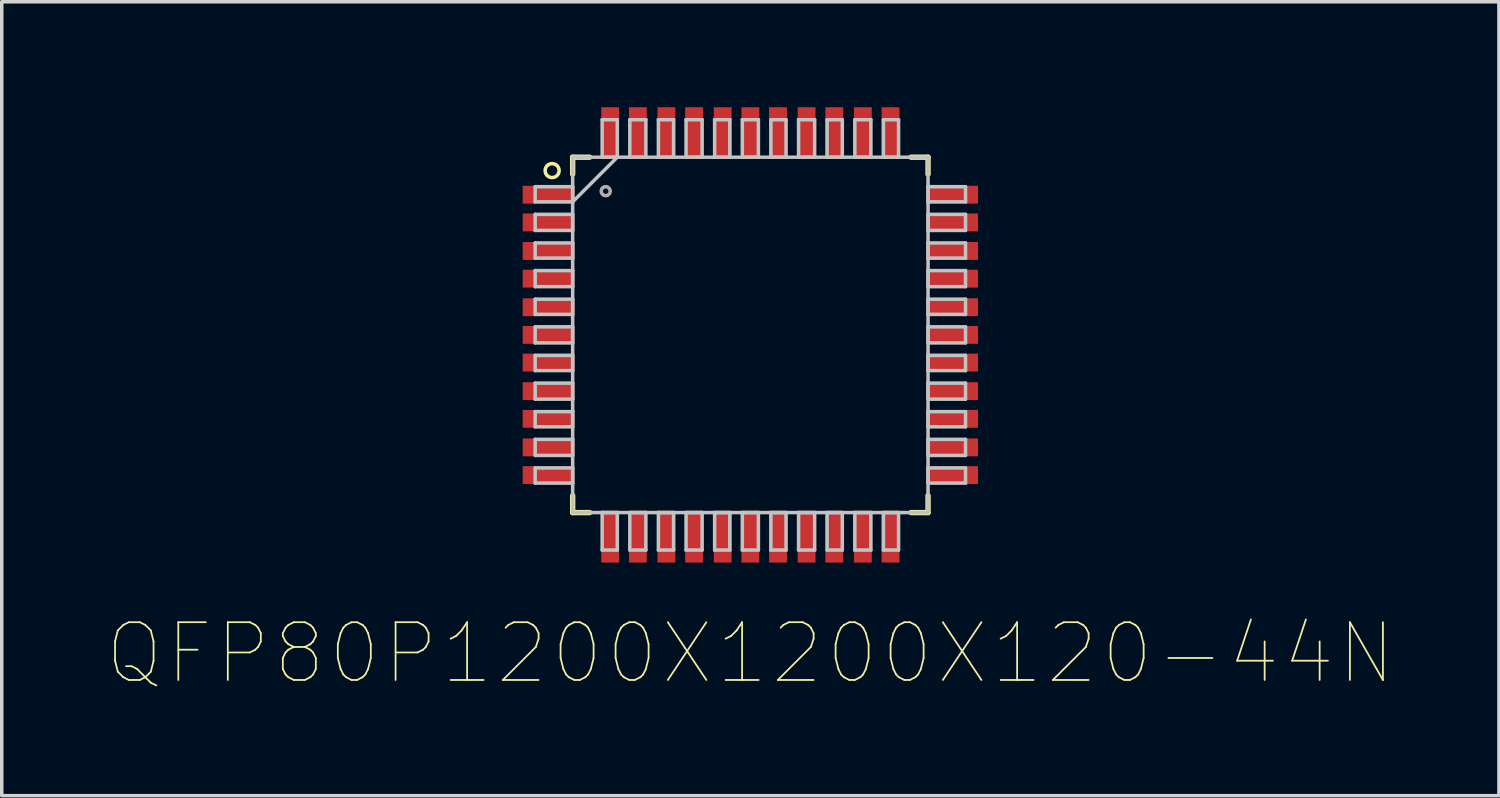
<source format=kicad_pcb>
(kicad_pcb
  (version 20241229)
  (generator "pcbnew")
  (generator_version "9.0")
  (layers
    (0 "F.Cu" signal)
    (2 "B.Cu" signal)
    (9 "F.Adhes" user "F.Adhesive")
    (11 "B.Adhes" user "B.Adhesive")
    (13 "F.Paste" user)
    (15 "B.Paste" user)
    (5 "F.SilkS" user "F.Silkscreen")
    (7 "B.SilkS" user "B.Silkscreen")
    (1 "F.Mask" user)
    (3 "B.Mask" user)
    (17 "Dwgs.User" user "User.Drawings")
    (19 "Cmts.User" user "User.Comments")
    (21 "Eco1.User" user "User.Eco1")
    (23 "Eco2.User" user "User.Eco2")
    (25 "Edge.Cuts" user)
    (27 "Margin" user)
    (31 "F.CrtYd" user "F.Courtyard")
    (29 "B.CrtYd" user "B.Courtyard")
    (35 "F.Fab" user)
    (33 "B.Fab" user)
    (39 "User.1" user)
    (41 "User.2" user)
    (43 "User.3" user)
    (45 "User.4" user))
  (footprint "QFP80P1200X1200X120-44N"
    (layer "F.Cu")
    (at 18.296 6.477)
    (property "Reference" "QFP80P1200X1200X120-44N" (at -0.00001 9.059 0) (layer "F.SilkS") (effects (font (size 1.643 1.643) (thickness 0.05))))
    (attr smd)
    (fp_line (start -5.055 -5.055) (end -5.055 -4.572) (stroke (width 0.152) (type solid)) (layer "F.SilkS"))
    (fp_line (start -5.055 4.572) (end -5.055 5.055) (stroke (width 0.152) (type solid)) (layer "F.SilkS"))
    (fp_line (start -5.055 5.055) (end -4.572 5.055) (stroke (width 0.152) (type solid)) (layer "F.SilkS"))
    (fp_line (start -4.572 -5.055) (end -5.055 -5.055) (stroke (width 0.152) (type solid)) (layer "F.SilkS"))
    (fp_line (start 4.572 5.055) (end 5.055 5.055) (stroke (width 0.152) (type solid)) (layer "F.SilkS"))
    (fp_line (start 5.055 -5.055) (end 4.572 -5.055) (stroke (width 0.152) (type solid)) (layer "F.SilkS"))
    (fp_line (start 5.055 -4.572) (end 5.055 -5.055) (stroke (width 0.152) (type solid)) (layer "F.SilkS"))
    (fp_line (start 5.055 5.055) (end 5.055 4.572) (stroke (width 0.152) (type solid)) (layer "F.SilkS"))
    (fp_circle (center -5.639 -4.674) (end -5.486 -4.547) (stroke (width 0.1) (type solid)) (fill no) (layer "F.SilkS"))
    (fp_line (start -6.121 -4.216) (end -6.121 -3.785) (stroke (width 0.1) (type solid)) (layer "Dwgs.User"))
    (fp_line (start -6.121 -3.785) (end -5.055 -3.785) (stroke (width 0.1) (type solid)) (layer "Dwgs.User"))
    (fp_line (start -6.121 -3.429) (end -6.121 -2.972) (stroke (width 0.1) (type solid)) (layer "Dwgs.User"))
    (fp_line (start -6.121 -2.972) (end -5.055 -2.972) (stroke (width 0.1) (type solid)) (layer "Dwgs.User"))
    (fp_line (start -6.121 -2.616) (end -6.121 -2.184) (stroke (width 0.1) (type solid)) (layer "Dwgs.User"))
    (fp_line (start -6.121 -2.184) (end -5.055 -2.184) (stroke (width 0.1) (type solid)) (layer "Dwgs.User"))
    (fp_line (start -6.121 -1.829) (end -6.121 -1.372) (stroke (width 0.1) (type solid)) (layer "Dwgs.User"))
    (fp_line (start -6.121 -1.372) (end -5.055 -1.372) (stroke (width 0.1) (type solid)) (layer "Dwgs.User"))
    (fp_line (start -6.121 -1.016) (end -6.121 -0.584) (stroke (width 0.1) (type solid)) (layer "Dwgs.User"))
    (fp_line (start -6.121 -0.584) (end -5.055 -0.584) (stroke (width 0.1) (type solid)) (layer "Dwgs.User"))
    (fp_line (start -6.121 -0.229) (end -6.121 0.229) (stroke (width 0.1) (type solid)) (layer "Dwgs.User"))
    (fp_line (start -6.121 0.229) (end -5.055 0.229) (stroke (width 0.1) (type solid)) (layer "Dwgs.User"))
    (fp_line (start -6.121 0.584) (end -6.121 1.016) (stroke (width 0.1) (type solid)) (layer "Dwgs.User"))
    (fp_line (start -6.121 1.016) (end -5.055 1.016) (stroke (width 0.1) (type solid)) (layer "Dwgs.User"))
    (fp_line (start -6.121 1.372) (end -6.121 1.829) (stroke (width 0.1) (type solid)) (layer "Dwgs.User"))
    (fp_line (start -6.121 1.829) (end -5.055 1.829) (stroke (width 0.1) (type solid)) (layer "Dwgs.User"))
    (fp_line (start -6.121 2.184) (end -6.121 2.616) (stroke (width 0.1) (type solid)) (layer "Dwgs.User"))
    (fp_line (start -6.121 2.616) (end -5.055 2.616) (stroke (width 0.1) (type solid)) (layer "Dwgs.User"))
    (fp_line (start -6.121 2.972) (end -6.121 3.429) (stroke (width 0.1) (type solid)) (layer "Dwgs.User"))
    (fp_line (start -6.121 3.429) (end -5.055 3.429) (stroke (width 0.1) (type solid)) (layer "Dwgs.User"))
    (fp_line (start -6.121 3.785) (end -6.121 4.216) (stroke (width 0.1) (type solid)) (layer "Dwgs.User"))
    (fp_line (start -6.121 4.216) (end -5.055 4.216) (stroke (width 0.1) (type solid)) (layer "Dwgs.User"))
    (fp_line (start -5.055 -5.055) (end -5.055 5.055) (stroke (width 0.1) (type solid)) (layer "Dwgs.User"))
    (fp_line (start -5.055 -4.216) (end -6.121 -4.216) (stroke (width 0.1) (type solid)) (layer "Dwgs.User"))
    (fp_line (start -5.055 -3.785) (end -5.055 -4.216) (stroke (width 0.1) (type solid)) (layer "Dwgs.User"))
    (fp_line (start -5.055 -3.785) (end -3.785 -5.055) (stroke (width 0.1) (type solid)) (layer "Dwgs.User"))
    (fp_line (start -5.055 -3.429) (end -6.121 -3.429) (stroke (width 0.1) (type solid)) (layer "Dwgs.User"))
    (fp_line (start -5.055 -2.972) (end -5.055 -3.429) (stroke (width 0.1) (type solid)) (layer "Dwgs.User"))
    (fp_line (start -5.055 -2.616) (end -6.121 -2.616) (stroke (width 0.1) (type solid)) (layer "Dwgs.User"))
    (fp_line (start -5.055 -2.184) (end -5.055 -2.616) (stroke (width 0.1) (type solid)) (layer "Dwgs.User"))
    (fp_line (start -5.055 -1.829) (end -6.121 -1.829) (stroke (width 0.1) (type solid)) (layer "Dwgs.User"))
    (fp_line (start -5.055 -1.372) (end -5.055 -1.829) (stroke (width 0.1) (type solid)) (layer "Dwgs.User"))
    (fp_line (start -5.055 -1.016) (end -6.121 -1.016) (stroke (width 0.1) (type solid)) (layer "Dwgs.User"))
    (fp_line (start -5.055 -0.584) (end -5.055 -1.016) (stroke (width 0.1) (type solid)) (layer "Dwgs.User"))
    (fp_line (start -5.055 -0.229) (end -6.121 -0.229) (stroke (width 0.1) (type solid)) (layer "Dwgs.User"))
    (fp_line (start -5.055 0.229) (end -5.055 -0.229) (stroke (width 0.1) (type solid)) (layer "Dwgs.User"))
    (fp_line (start -5.055 0.584) (end -6.121 0.584) (stroke (width 0.1) (type solid)) (layer "Dwgs.User"))
    (fp_line (start -5.055 1.016) (end -5.055 0.584) (stroke (width 0.1) (type solid)) (layer "Dwgs.User"))
    (fp_line (start -5.055 1.372) (end -6.121 1.372) (stroke (width 0.1) (type solid)) (layer "Dwgs.User"))
    (fp_line (start -5.055 1.829) (end -5.055 1.372) (stroke (width 0.1) (type solid)) (layer "Dwgs.User"))
    (fp_line (start -5.055 2.184) (end -6.121 2.184) (stroke (width 0.1) (type solid)) (layer "Dwgs.User"))
    (fp_line (start -5.055 2.616) (end -5.055 2.184) (stroke (width 0.1) (type solid)) (layer "Dwgs.User"))
    (fp_line (start -5.055 2.972) (end -6.121 2.972) (stroke (width 0.1) (type solid)) (layer "Dwgs.User"))
    (fp_line (start -5.055 3.429) (end -5.055 2.972) (stroke (width 0.1) (type solid)) (layer "Dwgs.User"))
    (fp_line (start -5.055 3.785) (end -6.121 3.785) (stroke (width 0.1) (type solid)) (layer "Dwgs.User"))
    (fp_line (start -5.055 4.216) (end -5.055 3.785) (stroke (width 0.1) (type solid)) (layer "Dwgs.User"))
    (fp_line (start -5.055 5.055) (end 5.055 5.055) (stroke (width 0.1) (type solid)) (layer "Dwgs.User"))
    (fp_line (start -4.216 -6.121) (end -4.216 -5.055) (stroke (width 0.1) (type solid)) (layer "Dwgs.User"))
    (fp_line (start -4.216 -5.055) (end -3.785 -5.055) (stroke (width 0.1) (type solid)) (layer "Dwgs.User"))
    (fp_line (start -4.216 5.055) (end -4.216 6.121) (stroke (width 0.1) (type solid)) (layer "Dwgs.User"))
    (fp_line (start -4.216 6.121) (end -3.785 6.121) (stroke (width 0.1) (type solid)) (layer "Dwgs.User"))
    (fp_line (start -3.785 -6.121) (end -4.216 -6.121) (stroke (width 0.1) (type solid)) (layer "Dwgs.User"))
    (fp_line (start -3.785 -5.055) (end -3.785 -6.121) (stroke (width 0.1) (type solid)) (layer "Dwgs.User"))
    (fp_line (start -3.785 5.055) (end -4.216 5.055) (stroke (width 0.1) (type solid)) (layer "Dwgs.User"))
    (fp_line (start -3.785 6.121) (end -3.785 5.055) (stroke (width 0.1) (type solid)) (layer "Dwgs.User"))
    (fp_line (start -3.429 -6.121) (end -3.429 -5.055) (stroke (width 0.1) (type solid)) (layer "Dwgs.User"))
    (fp_line (start -3.429 -5.055) (end -2.972 -5.055) (stroke (width 0.1) (type solid)) (layer "Dwgs.User"))
    (fp_line (start -3.429 5.055) (end -3.429 6.121) (stroke (width 0.1) (type solid)) (layer "Dwgs.User"))
    (fp_line (start -3.429 6.121) (end -2.972 6.121) (stroke (width 0.1) (type solid)) (layer "Dwgs.User"))
    (fp_line (start -2.972 -6.121) (end -3.429 -6.121) (stroke (width 0.1) (type solid)) (layer "Dwgs.User"))
    (fp_line (start -2.972 -5.055) (end -2.972 -6.121) (stroke (width 0.1) (type solid)) (layer "Dwgs.User"))
    (fp_line (start -2.972 5.055) (end -3.429 5.055) (stroke (width 0.1) (type solid)) (layer "Dwgs.User"))
    (fp_line (start -2.972 6.121) (end -2.972 5.055) (stroke (width 0.1) (type solid)) (layer "Dwgs.User"))
    (fp_line (start -2.616 -6.121) (end -2.616 -5.055) (stroke (width 0.1) (type solid)) (layer "Dwgs.User"))
    (fp_line (start -2.616 -5.055) (end -2.184 -5.055) (stroke (width 0.1) (type solid)) (layer "Dwgs.User"))
    (fp_line (start -2.616 5.055) (end -2.616 6.121) (stroke (width 0.1) (type solid)) (layer "Dwgs.User"))
    (fp_line (start -2.616 6.121) (end -2.184 6.121) (stroke (width 0.1) (type solid)) (layer "Dwgs.User"))
    (fp_line (start -2.184 -6.121) (end -2.616 -6.121) (stroke (width 0.1) (type solid)) (layer "Dwgs.User"))
    (fp_line (start -2.184 -5.055) (end -2.184 -6.121) (stroke (width 0.1) (type solid)) (layer "Dwgs.User"))
    (fp_line (start -2.184 5.055) (end -2.616 5.055) (stroke (width 0.1) (type solid)) (layer "Dwgs.User"))
    (fp_line (start -2.184 6.121) (end -2.184 5.055) (stroke (width 0.1) (type solid)) (layer "Dwgs.User"))
    (fp_line (start -1.829 -6.121) (end -1.829 -5.055) (stroke (width 0.1) (type solid)) (layer "Dwgs.User"))
    (fp_line (start -1.829 -5.055) (end -1.372 -5.055) (stroke (width 0.1) (type solid)) (layer "Dwgs.User"))
    (fp_line (start -1.829 5.055) (end -1.829 6.121) (stroke (width 0.1) (type solid)) (layer "Dwgs.User"))
    (fp_line (start -1.829 6.121) (end -1.372 6.121) (stroke (width 0.1) (type solid)) (layer "Dwgs.User"))
    (fp_line (start -1.372 -6.121) (end -1.829 -6.121) (stroke (width 0.1) (type solid)) (layer "Dwgs.User"))
    (fp_line (start -1.372 -5.055) (end -1.372 -6.121) (stroke (width 0.1) (type solid)) (layer "Dwgs.User"))
    (fp_line (start -1.372 5.055) (end -1.829 5.055) (stroke (width 0.1) (type solid)) (layer "Dwgs.User"))
    (fp_line (start -1.372 6.121) (end -1.372 5.055) (stroke (width 0.1) (type solid)) (layer "Dwgs.User"))
    (fp_line (start -1.016 -6.121) (end -1.016 -5.055) (stroke (width 0.1) (type solid)) (layer "Dwgs.User"))
    (fp_line (start -1.016 -5.055) (end -0.584 -5.055) (stroke (width 0.1) (type solid)) (layer "Dwgs.User"))
    (fp_line (start -1.016 5.055) (end -1.016 6.121) (stroke (width 0.1) (type solid)) (layer "Dwgs.User"))
    (fp_line (start -1.016 6.121) (end -0.584 6.121) (stroke (width 0.1) (type solid)) (layer "Dwgs.User"))
    (fp_line (start -0.584 -6.121) (end -1.016 -6.121) (stroke (width 0.1) (type solid)) (layer "Dwgs.User"))
    (fp_line (start -0.584 -5.055) (end -0.584 -6.121) (stroke (width 0.1) (type solid)) (layer "Dwgs.User"))
    (fp_line (start -0.584 5.055) (end -1.016 5.055) (stroke (width 0.1) (type solid)) (layer "Dwgs.User"))
    (fp_line (start -0.584 6.121) (end -0.584 5.055) (stroke (width 0.1) (type solid)) (layer "Dwgs.User"))
    (fp_line (start -0.229 -6.121) (end -0.229 -5.055) (stroke (width 0.1) (type solid)) (layer "Dwgs.User"))
    (fp_line (start -0.229 -5.055) (end 0.229 -5.055) (stroke (width 0.1) (type solid)) (layer "Dwgs.User"))
    (fp_line (start -0.229 5.055) (end -0.229 6.121) (stroke (width 0.1) (type solid)) (layer "Dwgs.User"))
    (fp_line (start -0.229 6.121) (end 0.229 6.121) (stroke (width 0.1) (type solid)) (layer "Dwgs.User"))
    (fp_line (start 0.229 -6.121) (end -0.229 -6.121) (stroke (width 0.1) (type solid)) (layer "Dwgs.User"))
    (fp_line (start 0.229 -5.055) (end 0.229 -6.121) (stroke (width 0.1) (type solid)) (layer "Dwgs.User"))
    (fp_line (start 0.229 5.055) (end -0.229 5.055) (stroke (width 0.1) (type solid)) (layer "Dwgs.User"))
    (fp_line (start 0.229 6.121) (end 0.229 5.055) (stroke (width 0.1) (type solid)) (layer "Dwgs.User"))
    (fp_line (start 0.584 -6.121) (end 0.584 -5.055) (stroke (width 0.1) (type solid)) (layer "Dwgs.User"))
    (fp_line (start 0.584 -5.055) (end 1.016 -5.055) (stroke (width 0.1) (type solid)) (layer "Dwgs.User"))
    (fp_line (start 0.584 5.055) (end 0.584 6.121) (stroke (width 0.1) (type solid)) (layer "Dwgs.User"))
    (fp_line (start 0.584 6.121) (end 1.016 6.121) (stroke (width 0.1) (type solid)) (layer "Dwgs.User"))
    (fp_line (start 1.016 -6.121) (end 0.584 -6.121) (stroke (width 0.1) (type solid)) (layer "Dwgs.User"))
    (fp_line (start 1.016 -5.055) (end 1.016 -6.121) (stroke (width 0.1) (type solid)) (layer "Dwgs.User"))
    (fp_line (start 1.016 5.055) (end 0.584 5.055) (stroke (width 0.1) (type solid)) (layer "Dwgs.User"))
    (fp_line (start 1.016 6.121) (end 1.016 5.055) (stroke (width 0.1) (type solid)) (layer "Dwgs.User"))
    (fp_line (start 1.372 -6.121) (end 1.372 -5.055) (stroke (width 0.1) (type solid)) (layer "Dwgs.User"))
    (fp_line (start 1.372 -5.055) (end 1.829 -5.055) (stroke (width 0.1) (type solid)) (layer "Dwgs.User"))
    (fp_line (start 1.372 5.055) (end 1.372 6.121) (stroke (width 0.1) (type solid)) (layer "Dwgs.User"))
    (fp_line (start 1.372 6.121) (end 1.829 6.121) (stroke (width 0.1) (type solid)) (layer "Dwgs.User"))
    (fp_line (start 1.829 -6.121) (end 1.372 -6.121) (stroke (width 0.1) (type solid)) (layer "Dwgs.User"))
    (fp_line (start 1.829 -5.055) (end 1.829 -6.121) (stroke (width 0.1) (type solid)) (layer "Dwgs.User"))
    (fp_line (start 1.829 5.055) (end 1.372 5.055) (stroke (width 0.1) (type solid)) (layer "Dwgs.User"))
    (fp_line (start 1.829 6.121) (end 1.829 5.055) (stroke (width 0.1) (type solid)) (layer "Dwgs.User"))
    (fp_line (start 2.184 -6.121) (end 2.184 -5.055) (stroke (width 0.1) (type solid)) (layer "Dwgs.User"))
    (fp_line (start 2.184 -5.055) (end 2.616 -5.055) (stroke (width 0.1) (type solid)) (layer "Dwgs.User"))
    (fp_line (start 2.184 5.055) (end 2.184 6.121) (stroke (width 0.1) (type solid)) (layer "Dwgs.User"))
    (fp_line (start 2.184 6.121) (end 2.616 6.121) (stroke (width 0.1) (type solid)) (layer "Dwgs.User"))
    (fp_line (start 2.616 -6.121) (end 2.184 -6.121) (stroke (width 0.1) (type solid)) (layer "Dwgs.User"))
    (fp_line (start 2.616 -5.055) (end 2.616 -6.121) (stroke (width 0.1) (type solid)) (layer "Dwgs.User"))
    (fp_line (start 2.616 5.055) (end 2.184 5.055) (stroke (width 0.1) (type solid)) (layer "Dwgs.User"))
    (fp_line (start 2.616 6.121) (end 2.616 5.055) (stroke (width 0.1) (type solid)) (layer "Dwgs.User"))
    (fp_line (start 2.972 -6.121) (end 2.972 -5.055) (stroke (width 0.1) (type solid)) (layer "Dwgs.User"))
    (fp_line (start 2.972 -5.055) (end 3.429 -5.055) (stroke (width 0.1) (type solid)) (layer "Dwgs.User"))
    (fp_line (start 2.972 5.055) (end 2.972 6.121) (stroke (width 0.1) (type solid)) (layer "Dwgs.User"))
    (fp_line (start 2.972 6.121) (end 3.429 6.121) (stroke (width 0.1) (type solid)) (layer "Dwgs.User"))
    (fp_line (start 3.429 -6.121) (end 2.972 -6.121) (stroke (width 0.1) (type solid)) (layer "Dwgs.User"))
    (fp_line (start 3.429 -5.055) (end 3.429 -6.121) (stroke (width 0.1) (type solid)) (layer "Dwgs.User"))
    (fp_line (start 3.429 5.055) (end 2.972 5.055) (stroke (width 0.1) (type solid)) (layer "Dwgs.User"))
    (fp_line (start 3.429 6.121) (end 3.429 5.055) (stroke (width 0.1) (type solid)) (layer "Dwgs.User"))
    (fp_line (start 3.785 -6.121) (end 3.785 -5.055) (stroke (width 0.1) (type solid)) (layer "Dwgs.User"))
    (fp_line (start 3.785 -5.055) (end 4.216 -5.055) (stroke (width 0.1) (type solid)) (layer "Dwgs.User"))
    (fp_line (start 3.785 5.055) (end 3.785 6.121) (stroke (width 0.1) (type solid)) (layer "Dwgs.User"))
    (fp_line (start 3.785 6.121) (end 4.216 6.121) (stroke (width 0.1) (type solid)) (layer "Dwgs.User"))
    (fp_line (start 4.216 -6.121) (end 3.785 -6.121) (stroke (width 0.1) (type solid)) (layer "Dwgs.User"))
    (fp_line (start 4.216 -5.055) (end 4.216 -6.121) (stroke (width 0.1) (type solid)) (layer "Dwgs.User"))
    (fp_line (start 4.216 5.055) (end 3.785 5.055) (stroke (width 0.1) (type solid)) (layer "Dwgs.User"))
    (fp_line (start 4.216 6.121) (end 4.216 5.055) (stroke (width 0.1) (type solid)) (layer "Dwgs.User"))
    (fp_line (start 5.055 -5.055) (end -5.055 -5.055) (stroke (width 0.1) (type solid)) (layer "Dwgs.User"))
    (fp_line (start 5.055 -4.216) (end 5.055 -3.785) (stroke (width 0.1) (type solid)) (layer "Dwgs.User"))
    (fp_line (start 5.055 -3.785) (end 6.121 -3.785) (stroke (width 0.1) (type solid)) (layer "Dwgs.User"))
    (fp_line (start 5.055 -3.429) (end 5.055 -2.972) (stroke (width 0.1) (type solid)) (layer "Dwgs.User"))
    (fp_line (start 5.055 -2.972) (end 6.121 -2.972) (stroke (width 0.1) (type solid)) (layer "Dwgs.User"))
    (fp_line (start 5.055 -2.616) (end 5.055 -2.184) (stroke (width 0.1) (type solid)) (layer "Dwgs.User"))
    (fp_line (start 5.055 -2.184) (end 6.121 -2.184) (stroke (width 0.1) (type solid)) (layer "Dwgs.User"))
    (fp_line (start 5.055 -1.829) (end 5.055 -1.372) (stroke (width 0.1) (type solid)) (layer "Dwgs.User"))
    (fp_line (start 5.055 -1.372) (end 6.121 -1.372) (stroke (width 0.1) (type solid)) (layer "Dwgs.User"))
    (fp_line (start 5.055 -1.016) (end 5.055 -0.584) (stroke (width 0.1) (type solid)) (layer "Dwgs.User"))
    (fp_line (start 5.055 -0.584) (end 6.121 -0.584) (stroke (width 0.1) (type solid)) (layer "Dwgs.User"))
    (fp_line (start 5.055 -0.229) (end 5.055 0.229) (stroke (width 0.1) (type solid)) (layer "Dwgs.User"))
    (fp_line (start 5.055 0.229) (end 6.121 0.229) (stroke (width 0.1) (type solid)) (layer "Dwgs.User"))
    (fp_line (start 5.055 0.584) (end 5.055 1.016) (stroke (width 0.1) (type solid)) (layer "Dwgs.User"))
    (fp_line (start 5.055 1.016) (end 6.121 1.016) (stroke (width 0.1) (type solid)) (layer "Dwgs.User"))
    (fp_line (start 5.055 1.372) (end 5.055 1.829) (stroke (width 0.1) (type solid)) (layer "Dwgs.User"))
    (fp_line (start 5.055 1.829) (end 6.121 1.829) (stroke (width 0.1) (type solid)) (layer "Dwgs.User"))
    (fp_line (start 5.055 2.184) (end 5.055 2.616) (stroke (width 0.1) (type solid)) (layer "Dwgs.User"))
    (fp_line (start 5.055 2.616) (end 6.121 2.616) (stroke (width 0.1) (type solid)) (layer "Dwgs.User"))
    (fp_line (start 5.055 2.972) (end 5.055 3.429) (stroke (width 0.1) (type solid)) (layer "Dwgs.User"))
    (fp_line (start 5.055 3.429) (end 6.121 3.429) (stroke (width 0.1) (type solid)) (layer "Dwgs.User"))
    (fp_line (start 5.055 3.785) (end 5.055 4.216) (stroke (width 0.1) (type solid)) (layer "Dwgs.User"))
    (fp_line (start 5.055 4.216) (end 6.121 4.216) (stroke (width 0.1) (type solid)) (layer "Dwgs.User"))
    (fp_line (start 5.055 5.055) (end 5.055 -5.055) (stroke (width 0.1) (type solid)) (layer "Dwgs.User"))
    (fp_line (start 6.121 -4.216) (end 5.055 -4.216) (stroke (width 0.1) (type solid)) (layer "Dwgs.User"))
    (fp_line (start 6.121 -3.785) (end 6.121 -4.216) (stroke (width 0.1) (type solid)) (layer "Dwgs.User"))
    (fp_line (start 6.121 -3.429) (end 5.055 -3.429) (stroke (width 0.1) (type solid)) (layer "Dwgs.User"))
    (fp_line (start 6.121 -2.972) (end 6.121 -3.429) (stroke (width 0.1) (type solid)) (layer "Dwgs.User"))
    (fp_line (start 6.121 -2.616) (end 5.055 -2.616) (stroke (width 0.1) (type solid)) (layer "Dwgs.User"))
    (fp_line (start 6.121 -2.184) (end 6.121 -2.616) (stroke (width 0.1) (type solid)) (layer "Dwgs.User"))
    (fp_line (start 6.121 -1.829) (end 5.055 -1.829) (stroke (width 0.1) (type solid)) (layer "Dwgs.User"))
    (fp_line (start 6.121 -1.372) (end 6.121 -1.829) (stroke (width 0.1) (type solid)) (layer "Dwgs.User"))
    (fp_line (start 6.121 -1.016) (end 5.055 -1.016) (stroke (width 0.1) (type solid)) (layer "Dwgs.User"))
    (fp_line (start 6.121 -0.584) (end 6.121 -1.016) (stroke (width 0.1) (type solid)) (layer "Dwgs.User"))
    (fp_line (start 6.121 -0.229) (end 5.055 -0.229) (stroke (width 0.1) (type solid)) (layer "Dwgs.User"))
    (fp_line (start 6.121 0.229) (end 6.121 -0.229) (stroke (width 0.1) (type solid)) (layer "Dwgs.User"))
    (fp_line (start 6.121 0.584) (end 5.055 0.584) (stroke (width 0.1) (type solid)) (layer "Dwgs.User"))
    (fp_line (start 6.121 1.016) (end 6.121 0.584) (stroke (width 0.1) (type solid)) (layer "Dwgs.User"))
    (fp_line (start 6.121 1.372) (end 5.055 1.372) (stroke (width 0.1) (type solid)) (layer "Dwgs.User"))
    (fp_line (start 6.121 1.829) (end 6.121 1.372) (stroke (width 0.1) (type solid)) (layer "Dwgs.User"))
    (fp_line (start 6.121 2.184) (end 5.055 2.184) (stroke (width 0.1) (type solid)) (layer "Dwgs.User"))
    (fp_line (start 6.121 2.616) (end 6.121 2.184) (stroke (width 0.1) (type solid)) (layer "Dwgs.User"))
    (fp_line (start 6.121 2.972) (end 5.055 2.972) (stroke (width 0.1) (type solid)) (layer "Dwgs.User"))
    (fp_line (start 6.121 3.429) (end 6.121 2.972) (stroke (width 0.1) (type solid)) (layer "Dwgs.User"))
    (fp_line (start 6.121 3.785) (end 5.055 3.785) (stroke (width 0.1) (type solid)) (layer "Dwgs.User"))
    (fp_line (start 6.121 4.216) (end 6.121 3.785) (stroke (width 0.1) (type solid)) (layer "Dwgs.User"))
    (fp_circle (center -4.115 -4.089) (end -4.013 -4.013) (stroke (width 0.1) (type solid)) (fill no) (layer "F.Fab"))
    (pad "1" smd rect (at -5.74 -3.988 270) (size 0.508 1.473) (layers "F.Cu" "F.Mask" "F.Paste"))
    (pad "2" smd rect (at -5.74 -3.2 270) (size 0.508 1.473) (layers "F.Cu" "F.Mask" "F.Paste"))
    (pad "3" smd rect (at -5.74 -2.388 270) (size 0.508 1.473) (layers "F.Cu" "F.Mask" "F.Paste"))
    (pad "4" smd rect (at -5.74 -1.6 270) (size 0.508 1.473) (layers "F.Cu" "F.Mask" "F.Paste"))
    (pad "5" smd rect (at -5.74 -0.787 270) (size 0.508 1.473) (layers "F.Cu" "F.Mask" "F.Paste"))
    (pad "6" smd rect (at -5.74 0 270) (size 0.508 1.473) (layers "F.Cu" "F.Mask" "F.Paste"))
    (pad "7" smd rect (at -5.74 0.787 270) (size 0.508 1.473) (layers "F.Cu" "F.Mask" "F.Paste"))
    (pad "8" smd rect (at -5.74 1.6 270) (size 0.508 1.473) (layers "F.Cu" "F.Mask" "F.Paste"))
    (pad "9" smd rect (at -5.74 2.388 270) (size 0.508 1.473) (layers "F.Cu" "F.Mask" "F.Paste"))
    (pad "10" smd rect (at -5.74 3.2 270) (size 0.508 1.473) (layers "F.Cu" "F.Mask" "F.Paste"))
    (pad "11" smd rect (at -5.74 3.988 270) (size 0.508 1.473) (layers "F.Cu" "F.Mask" "F.Paste"))
    (pad "12" smd rect (at -3.988 5.74 180) (size 0.508 1.473) (layers "F.Cu" "F.Mask" "F.Paste"))
    (pad "13" smd rect (at -3.2 5.74 180) (size 0.508 1.473) (layers "F.Cu" "F.Mask" "F.Paste"))
    (pad "14" smd rect (at -2.388 5.74 180) (size 0.508 1.473) (layers "F.Cu" "F.Mask" "F.Paste"))
    (pad "15" smd rect (at -1.6 5.74 180) (size 0.508 1.473) (layers "F.Cu" "F.Mask" "F.Paste"))
    (pad "16" smd rect (at -0.787 5.74 180) (size 0.508 1.473) (layers "F.Cu" "F.Mask" "F.Paste"))
    (pad "17" smd rect (at 0 5.74 180) (size 0.508 1.473) (layers "F.Cu" "F.Mask" "F.Paste"))
    (pad "18" smd rect (at 0.787 5.74 180) (size 0.508 1.473) (layers "F.Cu" "F.Mask" "F.Paste"))
    (pad "19" smd rect (at 1.6 5.74 180) (size 0.508 1.473) (layers "F.Cu" "F.Mask" "F.Paste"))
    (pad "20" smd rect (at 2.388 5.74 180) (size 0.508 1.473) (layers "F.Cu" "F.Mask" "F.Paste"))
    (pad "21" smd rect (at 3.2 5.74 180) (size 0.508 1.473) (layers "F.Cu" "F.Mask" "F.Paste"))
    (pad "22" smd rect (at 3.988 5.74 180) (size 0.508 1.473) (layers "F.Cu" "F.Mask" "F.Paste"))
    (pad "23" smd rect (at 5.74 3.988 270) (size 0.508 1.473) (layers "F.Cu" "F.Mask" "F.Paste"))
    (pad "24" smd rect (at 5.74 3.2 270) (size 0.508 1.473) (layers "F.Cu" "F.Mask" "F.Paste"))
    (pad "25" smd rect (at 5.74 2.388 270) (size 0.508 1.473) (layers "F.Cu" "F.Mask" "F.Paste"))
    (pad "26" smd rect (at 5.74 1.6 270) (size 0.508 1.473) (layers "F.Cu" "F.Mask" "F.Paste"))
    (pad "27" smd rect (at 5.74 0.787 270) (size 0.508 1.473) (layers "F.Cu" "F.Mask" "F.Paste"))
    (pad "28" smd rect (at 5.74 0 270) (size 0.508 1.473) (layers "F.Cu" "F.Mask" "F.Paste"))
    (pad "29" smd rect (at 5.74 -0.787 270) (size 0.508 1.473) (layers "F.Cu" "F.Mask" "F.Paste"))
    (pad "30" smd rect (at 5.74 -1.6 270) (size 0.508 1.473) (layers "F.Cu" "F.Mask" "F.Paste"))
    (pad "31" smd rect (at 5.74 -2.388 270) (size 0.508 1.473) (layers "F.Cu" "F.Mask" "F.Paste"))
    (pad "32" smd rect (at 5.74 -3.2 270) (size 0.508 1.473) (layers "F.Cu" "F.Mask" "F.Paste"))
    (pad "33" smd rect (at 5.74 -3.988 270) (size 0.508 1.473) (layers "F.Cu" "F.Mask" "F.Paste"))
    (pad "34" smd rect (at 3.988 -5.74 180) (size 0.508 1.473) (layers "F.Cu" "F.Mask" "F.Paste"))
    (pad "35" smd rect (at 3.2 -5.74 180) (size 0.508 1.473) (layers "F.Cu" "F.Mask" "F.Paste"))
    (pad "36" smd rect (at 2.388 -5.74 180) (size 0.508 1.473) (layers "F.Cu" "F.Mask" "F.Paste"))
    (pad "37" smd rect (at 1.6 -5.74 180) (size 0.508 1.473) (layers "F.Cu" "F.Mask" "F.Paste"))
    (pad "38" smd rect (at 0.787 -5.74 180) (size 0.508 1.473) (layers "F.Cu" "F.Mask" "F.Paste"))
    (pad "39" smd rect (at 0 -5.74 180) (size 0.508 1.473) (layers "F.Cu" "F.Mask" "F.Paste"))
    (pad "40" smd rect (at -0.787 -5.74 180) (size 0.508 1.473) (layers "F.Cu" "F.Mask" "F.Paste"))
    (pad "41" smd rect (at -1.6 -5.74 180) (size 0.508 1.473) (layers "F.Cu" "F.Mask" "F.Paste"))
    (pad "42" smd rect (at -2.388 -5.74 180) (size 0.508 1.473) (layers "F.Cu" "F.Mask" "F.Paste"))
    (pad "43" smd rect (at -3.2 -5.74 180) (size 0.508 1.473) (layers "F.Cu" "F.Mask" "F.Paste"))
    (pad "44" smd rect (at -3.988 -5.74 180) (size 0.508 1.473) (layers "F.Cu" "F.Mask" "F.Paste")))
  (gr_rect
    (start -3 -3)
    (end 39.592 19.585)
    (stroke (width 0.1) (type default))
    (fill no)
    (layer "Edge.Cuts")))
</source>
